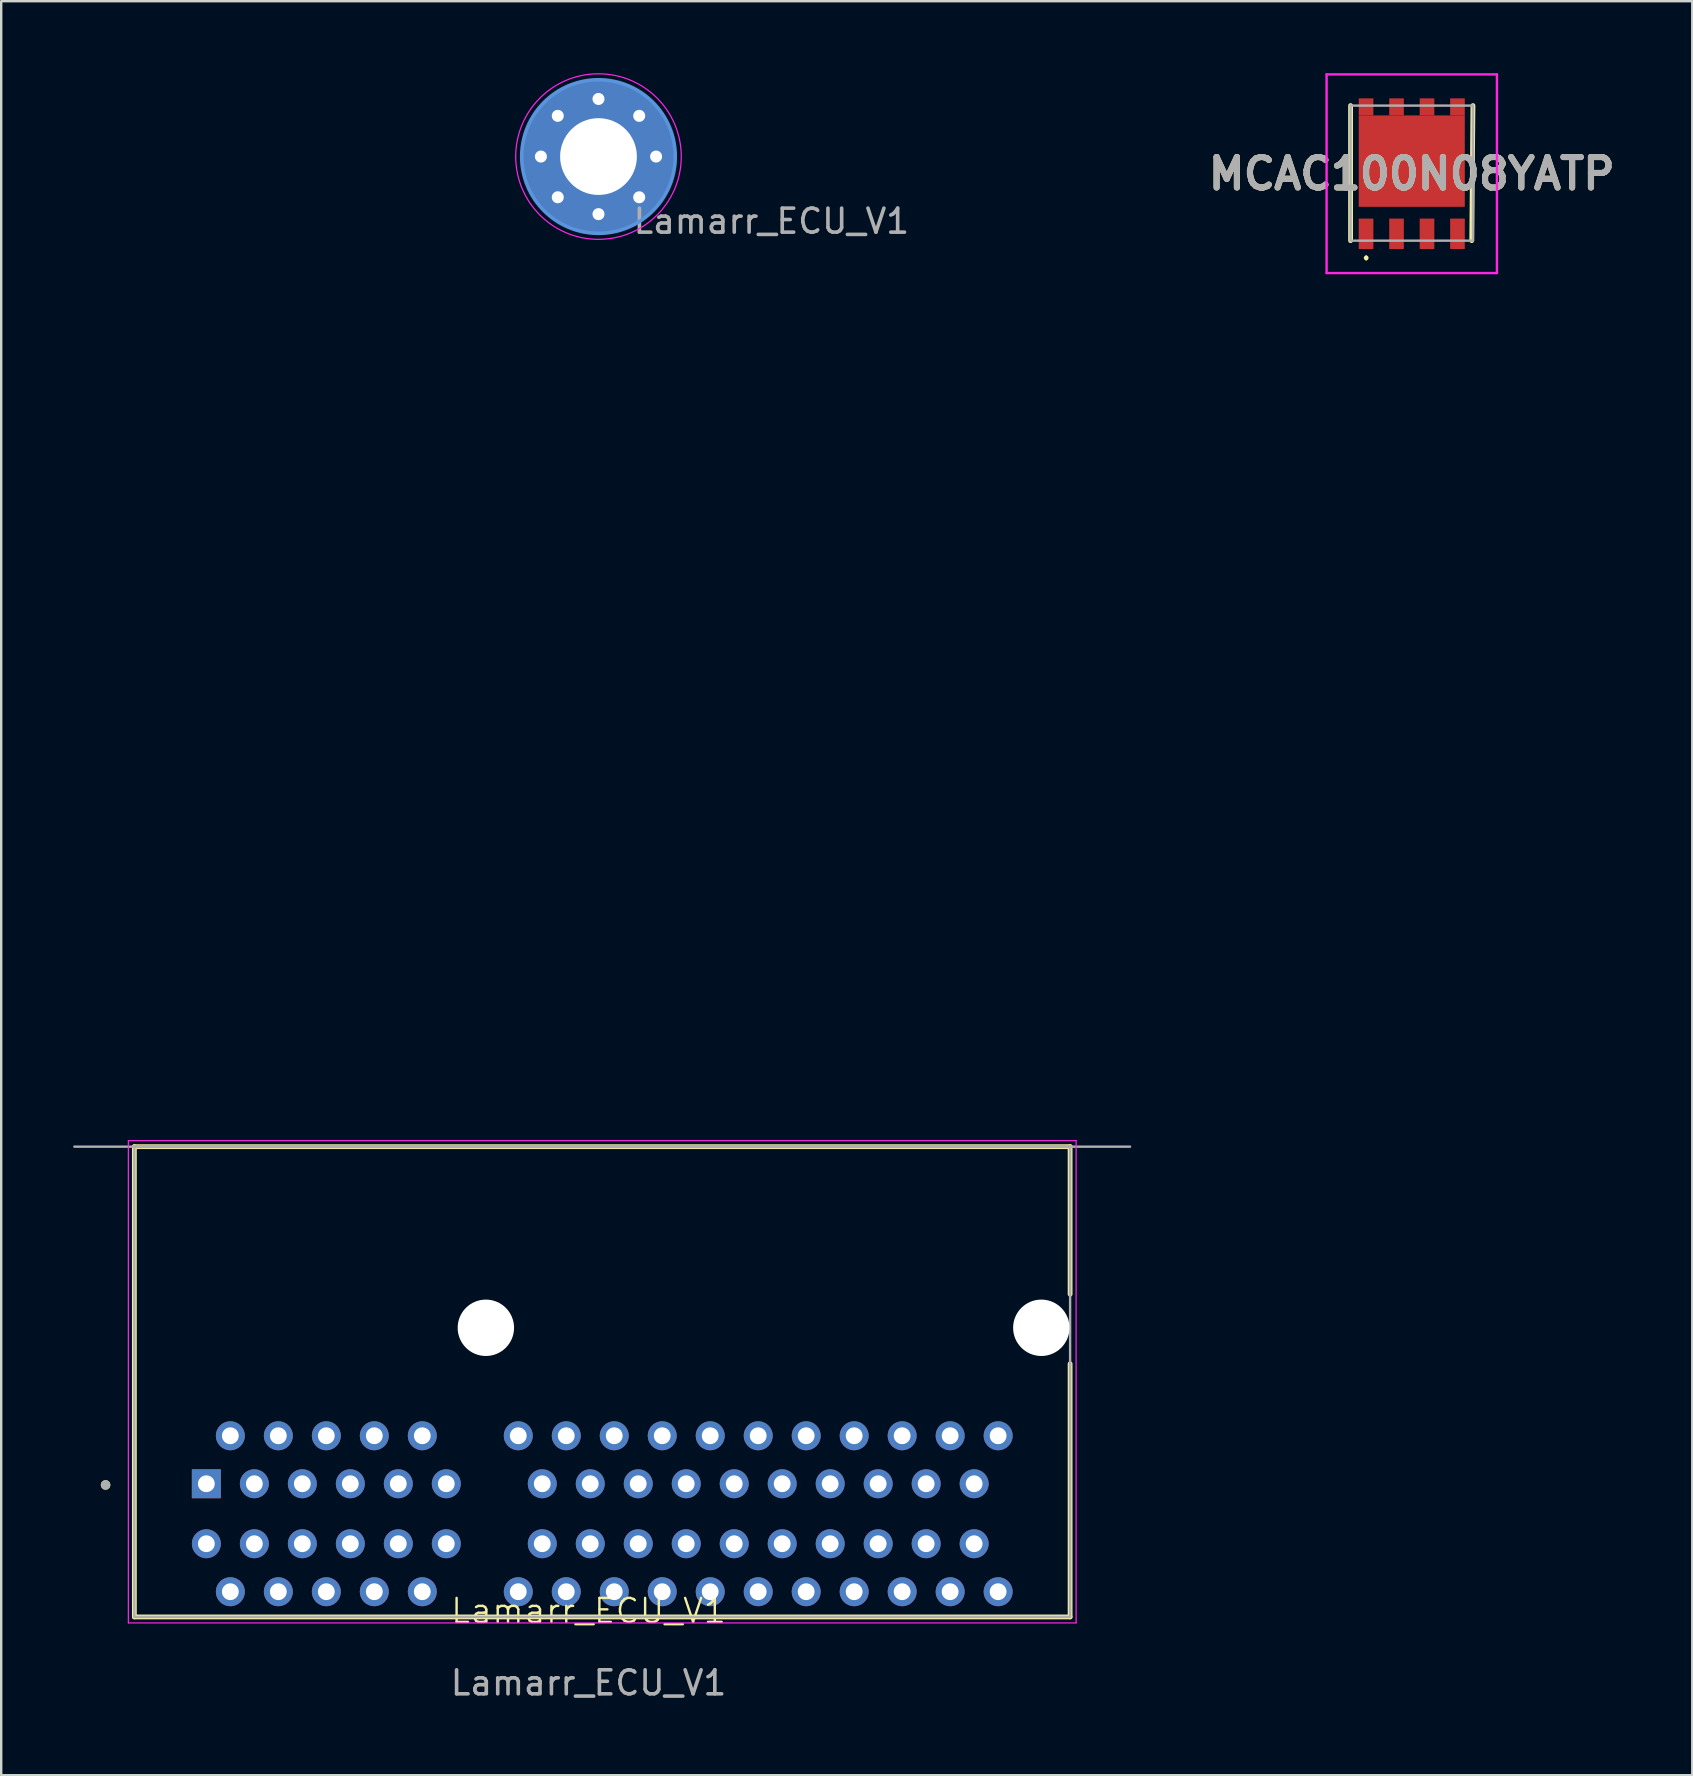
<source format=kicad_pcb>
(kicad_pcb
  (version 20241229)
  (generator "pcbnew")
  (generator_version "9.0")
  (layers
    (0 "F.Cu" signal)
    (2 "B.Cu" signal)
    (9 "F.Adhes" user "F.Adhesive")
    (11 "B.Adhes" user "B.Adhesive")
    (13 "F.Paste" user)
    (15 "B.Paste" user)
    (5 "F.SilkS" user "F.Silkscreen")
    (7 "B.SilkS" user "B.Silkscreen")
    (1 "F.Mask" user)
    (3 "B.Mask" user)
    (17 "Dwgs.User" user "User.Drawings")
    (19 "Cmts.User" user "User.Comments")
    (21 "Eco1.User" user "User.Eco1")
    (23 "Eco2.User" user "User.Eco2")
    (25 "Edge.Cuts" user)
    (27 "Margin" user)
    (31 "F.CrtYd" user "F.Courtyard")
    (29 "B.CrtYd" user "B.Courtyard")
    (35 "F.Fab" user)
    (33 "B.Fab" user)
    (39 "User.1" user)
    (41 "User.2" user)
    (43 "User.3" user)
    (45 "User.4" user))
  (footprint "Lamarr_ECU_V1"
    (layer "F.Cu")
    (at 21.48 64.59)
    (property "Reference" "Lamarr_ECU_V1" (at 0 -0.5 0) (unlocked yes) (layer "F.SilkS") (effects (font (size 1 1) (thickness 0.1))))
    (attr through_hole)
    (fp_line (start -18.93 -19.85) (end 20.07 -19.85) (stroke (width 0.2) (type solid)) (layer "F.SilkS"))
    (fp_line (start -18.93 -0.25) (end -18.93 -19.85) (stroke (width 0.2) (type solid)) (layer "F.SilkS"))
    (fp_line (start 20.07 -19.85) (end 20.07 -13.7) (stroke (width 0.2) (type solid)) (layer "F.SilkS"))
    (fp_line (start 20.07 -10.8) (end 20.07 -0.25) (stroke (width 0.2) (type solid)) (layer "F.SilkS"))
    (fp_line (start 20.07 -0.25) (end -18.93 -0.25) (stroke (width 0.2) (type solid)) (layer "F.SilkS"))
    (fp_circle (center -20.13 -5.75) (end -20.23 -5.75) (stroke (width 0.2) (type solid)) (fill no) (layer "F.SilkS"))
    (fp_circle (center 0.414 -61.115) (end 3.614 -61.115) (stroke (width 0.15) (type solid)) (fill no) (layer "Cmts.User"))
    (fp_line (start -19.18 -20.1) (end 20.32 -20.1) (stroke (width 0.05) (type solid)) (layer "F.CrtYd"))
    (fp_line (start -19.18 0) (end -19.18 -20.1) (stroke (width 0.05) (type solid)) (layer "F.CrtYd"))
    (fp_line (start 20.32 -20.1) (end 20.32 0) (stroke (width 0.05) (type solid)) (layer "F.CrtYd"))
    (fp_line (start 20.32 0) (end -19.18 0) (stroke (width 0.05) (type solid)) (layer "F.CrtYd"))
    (fp_circle (center 0.414 -61.115) (end 3.864 -61.115) (stroke (width 0.05) (type solid)) (fill no) (layer "F.CrtYd"))
    (fp_line (start -18.93 -19.85) (end 20.07 -19.85) (stroke (width 0.127) (type solid)) (layer "F.Fab"))
    (fp_line (start -18.93 -0.25) (end -18.93 -19.85) (stroke (width 0.1) (type solid)) (layer "F.Fab"))
    (fp_line (start 20.07 -19.85) (end 20.07 -0.25) (stroke (width 0.1) (type solid)) (layer "F.Fab"))
    (fp_line (start 20.07 -0.25) (end -18.93 -0.25) (stroke (width 0.1) (type solid)) (layer "F.Fab"))
    (fp_line (start 22.57 -19.85) (end -21.43 -19.85) (stroke (width 0.1) (type solid)) (layer "F.Fab"))
    (fp_circle (center -20.13 -5.75) (end -20.23 -5.75) (stroke (width 0.2) (type solid)) (fill no) (layer "F.Fab"))
    (fp_text user "${REFERENCE}" (at 7.62 -58.42 0) (layer "F.Fab") (effects (font (size 1 1) (thickness 0.15))))
    (fp_text user "${REFERENCE}" (at 0 2.5 0) (unlocked yes) (layer "F.Fab") (effects (font (size 1 1) (thickness 0.15))))
    (pad "" np_thru_hole circle (at -4.28 -12.3 180) (size 2.35 2.35) (drill 2.35) (layers "*.Cu" "*.Mask"))
    (pad "" np_thru_hole circle (at 18.87 -12.3 180) (size 2.35 2.35) (drill 2.35) (layers "*.Cu" "*.Mask"))
    (pad "1" thru_hole circle (at -1.986 -61.115) (size 0.8 0.8) (drill 0.5) (layers "*.Cu" "*.Mask"))
    (pad "1" thru_hole circle (at -1.283 -62.812) (size 0.8 0.8) (drill 0.5) (layers "*.Cu" "*.Mask"))
    (pad "1" thru_hole circle (at -1.283 -59.418) (size 0.8 0.8) (drill 0.5) (layers "*.Cu" "*.Mask"))
    (pad "1" thru_hole circle (at 0.414 -63.515) (size 0.8 0.8) (drill 0.5) (layers "*.Cu" "*.Mask"))
    (pad "1" thru_hole circle (at 0.414 -61.115) (size 6.4 6.4) (drill 3.2) (layers "*.Cu" "*.Mask"))
    (pad "1" thru_hole circle (at 0.414 -58.715) (size 0.8 0.8) (drill 0.5) (layers "*.Cu" "*.Mask"))
    (pad "1" thru_hole circle (at 2.111 -62.812) (size 0.8 0.8) (drill 0.5) (layers "*.Cu" "*.Mask"))
    (pad "1" thru_hole circle (at 2.111 -59.418) (size 0.8 0.8) (drill 0.5) (layers "*.Cu" "*.Mask"))
    (pad "1" thru_hole circle (at 2.814 -61.115) (size 0.8 0.8) (drill 0.5) (layers "*.Cu" "*.Mask"))
    (pad "A01" thru_hole rect (at -15.93 -5.8 180) (size 1.208 1.208) (drill 0.7) (layers "*.Cu" "*.Mask"))
    (pad "A02" thru_hole circle (at -14.93 -7.8 180) (size 1.208 1.208) (drill 0.7) (layers "*.Cu" "*.Mask"))
    (pad "A03" thru_hole circle (at -13.93 -5.8 180) (size 1.208 1.208) (drill 0.7) (layers "*.Cu" "*.Mask"))
    (pad "A04" thru_hole circle (at -12.93 -7.8 180) (size 1.208 1.208) (drill 0.7) (layers "*.Cu" "*.Mask"))
    (pad "A05" thru_hole circle (at -11.93 -5.8 180) (size 1.208 1.208) (drill 0.7) (layers "*.Cu" "*.Mask"))
    (pad "A06" thru_hole circle (at -10.93 -7.8 180) (size 1.208 1.208) (drill 0.7) (layers "*.Cu" "*.Mask"))
    (pad "A07" thru_hole circle (at -9.93 -5.8 180) (size 1.208 1.208) (drill 0.7) (layers "*.Cu" "*.Mask"))
    (pad "A08" thru_hole circle (at -8.93 -7.8 180) (size 1.208 1.208) (drill 0.7) (layers "*.Cu" "*.Mask"))
    (pad "A09" thru_hole circle (at -7.93 -5.8 180) (size 1.208 1.208) (drill 0.7) (layers "*.Cu" "*.Mask"))
    (pad "A10" thru_hole circle (at -6.93 -7.8 180) (size 1.208 1.208) (drill 0.7) (layers "*.Cu" "*.Mask"))
    (pad "A11" thru_hole circle (at -5.93 -5.8 180) (size 1.208 1.208) (drill 0.7) (layers "*.Cu" "*.Mask"))
    (pad "A12" thru_hole circle (at -2.93 -7.8 180) (size 1.208 1.208) (drill 0.7) (layers "*.Cu" "*.Mask"))
    (pad "A13" thru_hole circle (at -1.93 -5.8 180) (size 1.208 1.208) (drill 0.7) (layers "*.Cu" "*.Mask"))
    (pad "A14" thru_hole circle (at -0.93 -7.8 180) (size 1.208 1.208) (drill 0.7) (layers "*.Cu" "*.Mask"))
    (pad "A15" thru_hole circle (at 0.07 -5.8 180) (size 1.208 1.208) (drill 0.7) (layers "*.Cu" "*.Mask"))
    (pad "A16" thru_hole circle (at 1.07 -7.8 180) (size 1.208 1.208) (drill 0.7) (layers "*.Cu" "*.Mask"))
    (pad "A17" thru_hole circle (at 2.07 -5.8 180) (size 1.208 1.208) (drill 0.7) (layers "*.Cu" "*.Mask"))
    (pad "A18" thru_hole circle (at 3.07 -7.8 180) (size 1.208 1.208) (drill 0.7) (layers "*.Cu" "*.Mask"))
    (pad "A19" thru_hole circle (at 4.07 -5.8 180) (size 1.208 1.208) (drill 0.7) (layers "*.Cu" "*.Mask"))
    (pad "A20" thru_hole circle (at 5.07 -7.8 180) (size 1.208 1.208) (drill 0.7) (layers "*.Cu" "*.Mask"))
    (pad "A21" thru_hole circle (at 6.07 -5.8 180) (size 1.208 1.208) (drill 0.7) (layers "*.Cu" "*.Mask"))
    (pad "A22" thru_hole circle (at 7.07 -7.8 180) (size 1.208 1.208) (drill 0.7) (layers "*.Cu" "*.Mask"))
    (pad "A23" thru_hole circle (at 8.07 -5.8 180) (size 1.208 1.208) (drill 0.7) (layers "*.Cu" "*.Mask"))
    (pad "A24" thru_hole circle (at 9.07 -7.8 180) (size 1.208 1.208) (drill 0.7) (layers "*.Cu" "*.Mask"))
    (pad "A25" thru_hole circle (at 10.07 -5.8 180) (size 1.208 1.208) (drill 0.7) (layers "*.Cu" "*.Mask"))
    (pad "A26" thru_hole circle (at 11.07 -7.8 180) (size 1.208 1.208) (drill 0.7) (layers "*.Cu" "*.Mask"))
    (pad "A27" thru_hole circle (at 12.07 -5.8 180) (size 1.208 1.208) (drill 0.7) (layers "*.Cu" "*.Mask"))
    (pad "A28" thru_hole circle (at 13.07 -7.8 180) (size 1.208 1.208) (drill 0.7) (layers "*.Cu" "*.Mask"))
    (pad "A29" thru_hole circle (at 14.07 -5.8 180) (size 1.208 1.208) (drill 0.7) (layers "*.Cu" "*.Mask"))
    (pad "A30" thru_hole circle (at 15.07 -7.8 180) (size 1.208 1.208) (drill 0.7) (layers "*.Cu" "*.Mask"))
    (pad "A31" thru_hole circle (at 16.07 -5.8 180) (size 1.208 1.208) (drill 0.7) (layers "*.Cu" "*.Mask"))
    (pad "A32" thru_hole circle (at 17.07 -7.8 180) (size 1.208 1.208) (drill 0.7) (layers "*.Cu" "*.Mask"))
    (pad "B01" thru_hole circle (at -15.93 -3.3 180) (size 1.208 1.208) (drill 0.7) (layers "*.Cu" "*.Mask"))
    (pad "B02" thru_hole circle (at -14.93 -1.3 180) (size 1.208 1.208) (drill 0.7) (layers "*.Cu" "*.Mask"))
    (pad "B03" thru_hole circle (at -13.93 -3.3 180) (size 1.208 1.208) (drill 0.7) (layers "*.Cu" "*.Mask"))
    (pad "B04" thru_hole circle (at -12.93 -1.3 180) (size 1.208 1.208) (drill 0.7) (layers "*.Cu" "*.Mask"))
    (pad "B05" thru_hole circle (at -11.93 -3.3 180) (size 1.208 1.208) (drill 0.7) (layers "*.Cu" "*.Mask"))
    (pad "B06" thru_hole circle (at -10.93 -1.3 180) (size 1.208 1.208) (drill 0.7) (layers "*.Cu" "*.Mask"))
    (pad "B07" thru_hole circle (at -9.93 -3.3 180) (size 1.208 1.208) (drill 0.7) (layers "*.Cu" "*.Mask"))
    (pad "B08" thru_hole circle (at -8.93 -1.3 180) (size 1.208 1.208) (drill 0.7) (layers "*.Cu" "*.Mask"))
    (pad "B09" thru_hole circle (at -7.93 -3.3 180) (size 1.208 1.208) (drill 0.7) (layers "*.Cu" "*.Mask"))
    (pad "B10" thru_hole circle (at -6.93 -1.3 180) (size 1.208 1.208) (drill 0.7) (layers "*.Cu" "*.Mask"))
    (pad "B11" thru_hole circle (at -5.93 -3.3 180) (size 1.208 1.208) (drill 0.7) (layers "*.Cu" "*.Mask"))
    (pad "B12" thru_hole circle (at -2.93 -1.3 180) (size 1.208 1.208) (drill 0.7) (layers "*.Cu" "*.Mask"))
    (pad "B13" thru_hole circle (at -1.93 -3.3 180) (size 1.208 1.208) (drill 0.7) (layers "*.Cu" "*.Mask"))
    (pad "B14" thru_hole circle (at -0.93 -1.3 180) (size 1.208 1.208) (drill 0.7) (layers "*.Cu" "*.Mask"))
    (pad "B15" thru_hole circle (at 0.07 -3.3 180) (size 1.208 1.208) (drill 0.7) (layers "*.Cu" "*.Mask"))
    (pad "B16" thru_hole circle (at 1.07 -1.3 180) (size 1.208 1.208) (drill 0.7) (layers "*.Cu" "*.Mask"))
    (pad "B17" thru_hole circle (at 2.07 -3.3 180) (size 1.208 1.208) (drill 0.7) (layers "*.Cu" "*.Mask"))
    (pad "B18" thru_hole circle (at 3.07 -1.3 180) (size 1.208 1.208) (drill 0.7) (layers "*.Cu" "*.Mask"))
    (pad "B19" thru_hole circle (at 4.07 -3.3 180) (size 1.208 1.208) (drill 0.7) (layers "*.Cu" "*.Mask"))
    (pad "B20" thru_hole circle (at 5.07 -1.3 180) (size 1.208 1.208) (drill 0.7) (layers "*.Cu" "*.Mask"))
    (pad "B21" thru_hole circle (at 6.07 -3.3 180) (size 1.208 1.208) (drill 0.7) (layers "*.Cu" "*.Mask"))
    (pad "B22" thru_hole circle (at 7.07 -1.3 180) (size 1.208 1.208) (drill 0.7) (layers "*.Cu" "*.Mask"))
    (pad "B23" thru_hole circle (at 8.07 -3.3 180) (size 1.208 1.208) (drill 0.7) (layers "*.Cu" "*.Mask"))
    (pad "B24" thru_hole circle (at 9.07 -1.3 180) (size 1.208 1.208) (drill 0.7) (layers "*.Cu" "*.Mask"))
    (pad "B25" thru_hole circle (at 10.07 -3.3 180) (size 1.208 1.208) (drill 0.7) (layers "*.Cu" "*.Mask"))
    (pad "B26" thru_hole circle (at 11.07 -1.3 180) (size 1.208 1.208) (drill 0.7) (layers "*.Cu" "*.Mask"))
    (pad "B27" thru_hole circle (at 12.07 -3.3 180) (size 1.208 1.208) (drill 0.7) (layers "*.Cu" "*.Mask"))
    (pad "B28" thru_hole circle (at 13.07 -1.3 180) (size 1.208 1.208) (drill 0.7) (layers "*.Cu" "*.Mask"))
    (pad "B29" thru_hole circle (at 14.07 -3.3 180) (size 1.208 1.208) (drill 0.7) (layers "*.Cu" "*.Mask"))
    (pad "B30" thru_hole circle (at 15.07 -1.3 180) (size 1.208 1.208) (drill 0.7) (layers "*.Cu" "*.Mask"))
    (pad "B31" thru_hole circle (at 16.07 -3.3 180) (size 1.208 1.208) (drill 0.7) (layers "*.Cu" "*.Mask"))
    (pad "B32" thru_hole circle (at 17.07 -1.3 180) (size 1.208 1.208) (drill 0.7) (layers "*.Cu" "*.Mask")))
  (footprint "MCAC100N08YATP"
    (layer "F.Cu")
    (at 55.79 4.05)
    (property "Reference" "MCAC100N08YATP" (at 0 0.14 0) (layer "F.SilkS") (effects (font (size 1.27 1.27) (thickness 0.254))))
    (attr smd)
    (fp_line (start -2.55 -2.7) (end -2.55 2.93) (stroke (width 0.2) (type solid)) (layer "F.SilkS"))
    (fp_line (start -1.9 3.6) (end -1.9 3.6) (stroke (width 0.1) (type solid)) (layer "F.SilkS"))
    (fp_line (start -1.9 3.7) (end -1.9 3.7) (stroke (width 0.1) (type solid)) (layer "F.SilkS"))
    (fp_line (start 2.55 -2.7) (end 2.5 2.93) (stroke (width 0.2) (type solid)) (layer "F.SilkS"))
    (fp_arc (start -1.9 3.6) (mid -1.85 3.65) (end -1.9 3.7) (stroke (width 0.1) (type solid)) (layer "F.SilkS"))
    (fp_arc (start -1.9 3.7) (mid -1.95 3.65) (end -1.9 3.6) (stroke (width 0.1) (type solid)) (layer "F.SilkS"))
    (fp_line (start -3.55 -4) (end 3.55 -4) (stroke (width 0.1) (type solid)) (layer "F.CrtYd"))
    (fp_line (start -3.55 4.28) (end -3.55 -4) (stroke (width 0.1) (type solid)) (layer "F.CrtYd"))
    (fp_line (start 3.55 -4) (end 3.55 4.28) (stroke (width 0.1) (type solid)) (layer "F.CrtYd"))
    (fp_line (start 3.55 4.28) (end -3.55 4.28) (stroke (width 0.1) (type solid)) (layer "F.CrtYd"))
    (fp_line (start -2.55 -2.7) (end 2.55 -2.7) (stroke (width 0.1) (type solid)) (layer "F.Fab"))
    (fp_line (start -2.55 2.93) (end -2.55 -2.7) (stroke (width 0.1) (type solid)) (layer "F.Fab"))
    (fp_line (start 2.55 -2.7) (end 2.55 2.93) (stroke (width 0.1) (type solid)) (layer "F.Fab"))
    (fp_line (start 2.55 2.93) (end -2.55 2.93) (stroke (width 0.1) (type solid)) (layer "F.Fab"))
    (fp_text user "${REFERENCE}" (at 0 0.14 0) (layer "F.Fab") (effects (font (size 1.27 1.27) (thickness 0.254))))
    (pad "1" smd rect (at 1.905 2.645) (size 0.61 1.27) (layers "F.Cu" "F.Mask" "F.Paste"))
    (pad "2" smd rect (at -1.905 -2.645) (size 0.61 0.71) (layers "F.Cu" "F.Mask" "F.Paste"))
    (pad "2" smd rect (at -0.635 -2.645) (size 0.61 0.71) (layers "F.Cu" "F.Mask" "F.Paste"))
    (pad "2" smd rect (at 0 -0.385 90) (size 3.81 4.42) (layers "F.Cu" "F.Mask" "F.Paste"))
    (pad "2" smd rect (at 0.635 -2.645) (size 0.61 0.71) (layers "F.Cu" "F.Mask" "F.Paste"))
    (pad "2" smd rect (at 1.905 -2.645) (size 0.61 0.71) (layers "F.Cu" "F.Mask" "F.Paste"))
    (pad "3" smd rect (at -1.905 2.645) (size 0.61 1.27) (layers "F.Cu" "F.Mask" "F.Paste"))
    (pad "3" smd rect (at -0.635 2.645) (size 0.61 1.27) (layers "F.Cu" "F.Mask" "F.Paste"))
    (pad "3" smd rect (at 0.635 2.645) (size 0.61 1.27) (layers "F.Cu" "F.Mask" "F.Paste")))
  (gr_rect
    (start -3 -3)
    (end 67.481 70.938)
    (stroke (width 0.1) (type default))
    (fill no)
    (layer "Edge.Cuts")))
</source>
